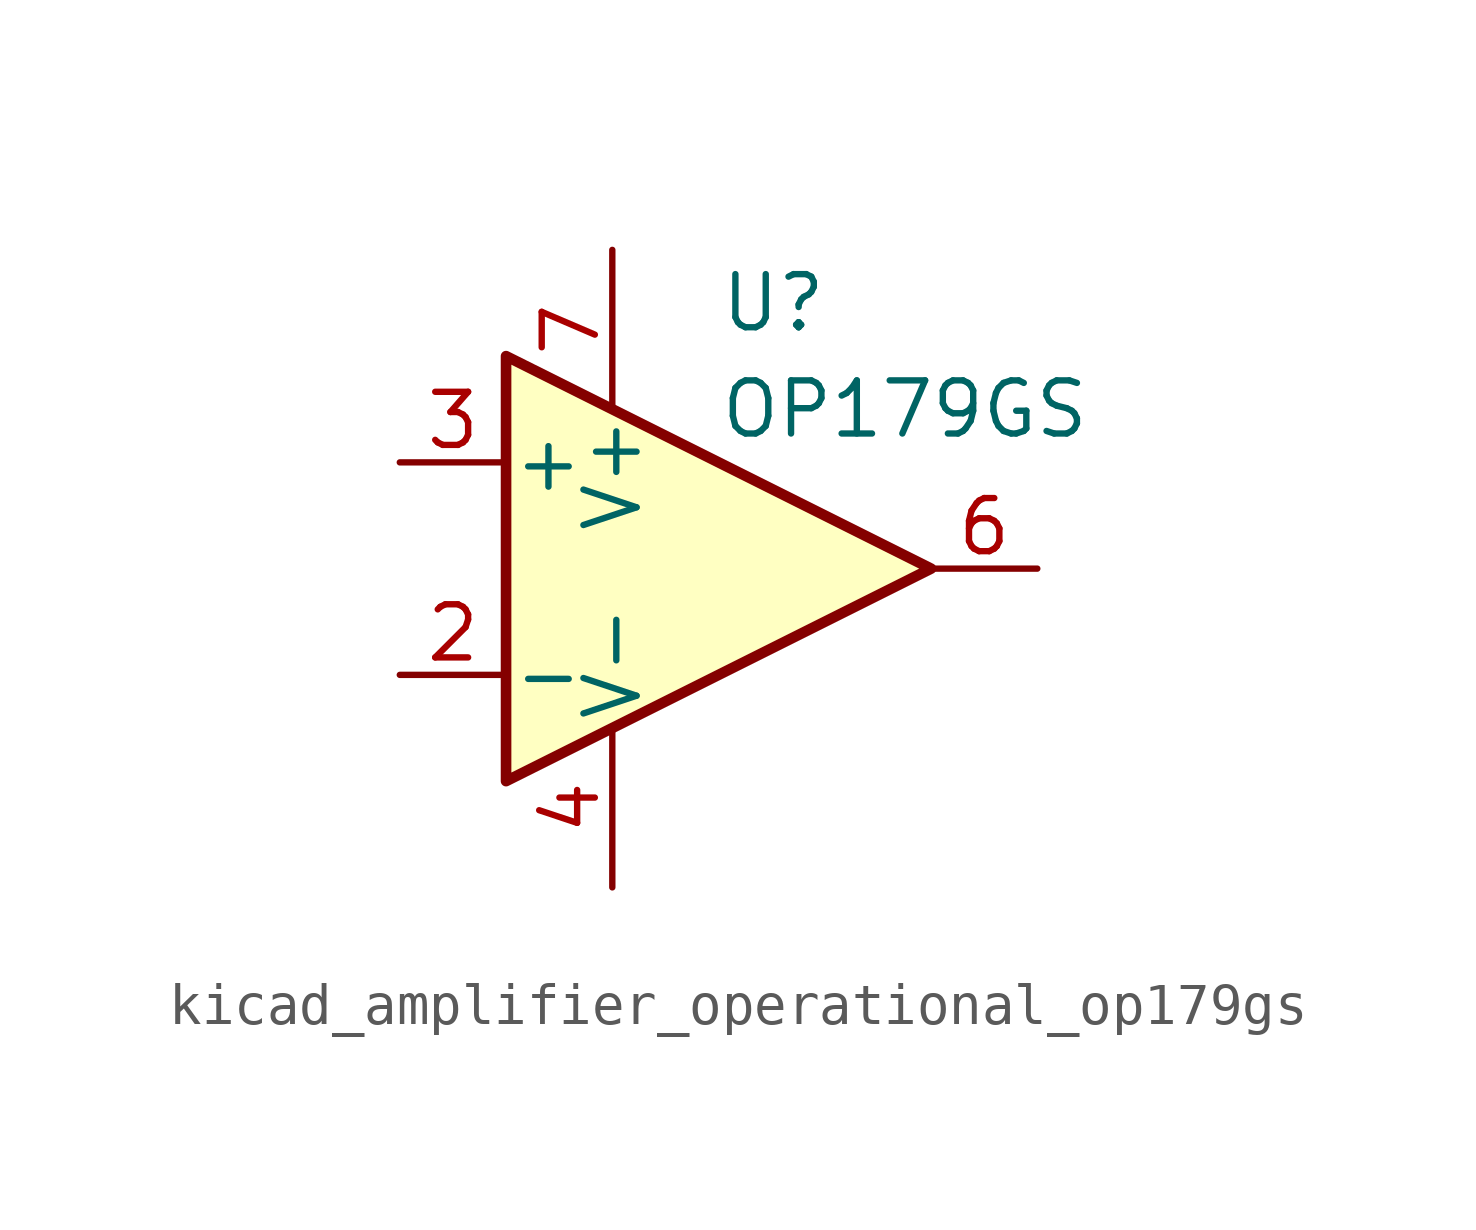
<source format=kicad_sym>
(kicad_symbol_lib
  (version 20220914)
  (generator kicad_symbol_editor)
  (symbol "kicad_amplifier_operational_op179gs"
    (pin_names
      (offset 0.127))
    (property "Reference" "U"
      (at 0 6.35 0)
      (effects (font (size 1.27 1.27)) (justify left)))
    (property "Value" "OP179GS"
      (at 0 3.81 0)
      (effects (font (size 1.27 1.27)) (justify left)))
    (symbol "kicad_amplifier_operational_op179gs_0_1"
      (polyline (pts (xy -5.08 5.08) (xy 5.08 0) (xy -5.08 -5.08) (xy -5.08 5.08)) (stroke (width 0.254) (type default)) (fill (type background))))
    (symbol "kicad_amplifier_operational_op179gs_1_1"
      (pin no_connect line (at -5.08 -2.54 90) (length 2.54) hide (name "NC" (effects (font (size 1.27 1.27)))) (number "1" (effects (font (size 1.27 1.27)))))
      (pin input line (at -7.62 -2.54 0) (length 2.54) (name "-" (effects (font (size 1.27 1.27)))) (number "2" (effects (font (size 1.27 1.27)))))
      (pin input line (at -7.62 2.54 0) (length 2.54) (name "+" (effects (font (size 1.27 1.27)))) (number "3" (effects (font (size 1.27 1.27)))))
      (pin power_in line (at -2.54 -7.62 90) (length 3.81) (name "V-" (effects (font (size 1.27 1.27)))) (number "4" (effects (font (size 1.27 1.27)))))
      (pin no_connect line (at -2.54 -2.54 90) (length 2.54) hide (name "NC" (effects (font (size 1.27 1.27)))) (number "5" (effects (font (size 1.27 1.27)))))
      (pin output line (at 7.62 0 180) (length 2.54) (name "~" (effects (font (size 1.27 1.27)))) (number "6" (effects (font (size 1.27 1.27)))))
      (pin power_in line (at -2.54 7.62 270) (length 3.81) (name "V+" (effects (font (size 1.27 1.27)))) (number "7" (effects (font (size 1.27 1.27)))))
      (pin no_connect line (at 0 -2.54 90) (length 2.54) hide (name "NC" (effects (font (size 1.27 1.27)))) (number "8" (effects (font (size 1.27 1.27))))))))
</source>
